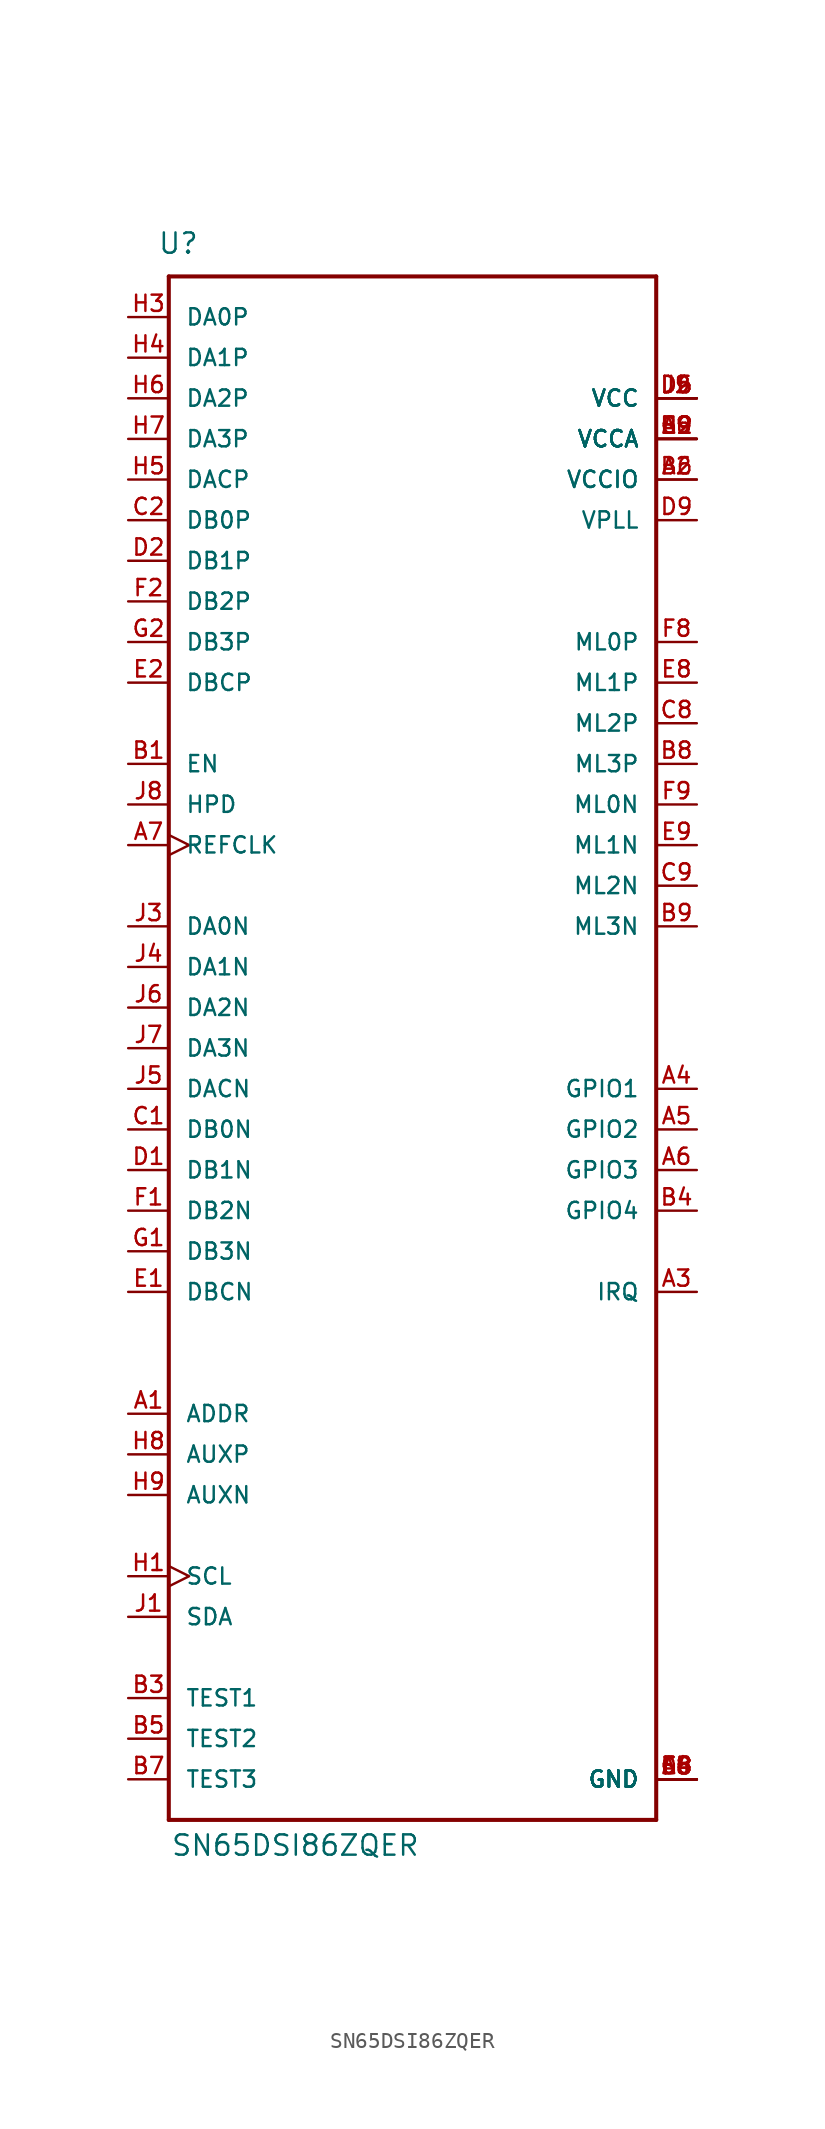
<source format=kicad_sym>
(kicad_symbol_lib
  (version 20201005)
  (generator kicad_symbol_editor)
  (symbol "kimchi_ulid:SN65DSI86ZQER"
    (pin_names
      (offset 1.016))
    (property "Reference" "U"
      (at -15.951 44.501 0)
      (effects (font (size 1.27 1.27)) (justify left bottom)))
    (property "Value" "SN65DSI86ZQER"
      (at -15.138 -55.677 0)
      (effects (font (size 1.27 1.27)) (justify left bottom)))
    (property "ki_locked" ""
      (at 0 0 0)
      (effects (font (size 1.27 1.27))))
    (symbol "SN65DSI86ZQER_0_0"
      (polyline (pts (xy -15.24 -53.34) (xy -15.24 43.18)) (stroke (width 0.254)) (fill (type none)))
      (polyline (pts (xy -15.24 43.18) (xy 15.24 43.18)) (stroke (width 0.254)) (fill (type none)))
      (polyline (pts (xy 15.24 -53.34) (xy -15.24 -53.34)) (stroke (width 0.254)) (fill (type none)))
      (polyline (pts (xy 15.24 43.18) (xy 15.24 -53.34)) (stroke (width 0.254)) (fill (type none)))
      (pin input line (at -17.78 -27.94 0) (length 2.54) (name "ADDR" (effects (font (size 1.016 1.016)))) (number "A1" (effects (font (size 1.016 1.016)))))
      (pin power_in line (at 17.78 30.48 180) (length 2.54) (name "VCCIO" (effects (font (size 1.016 1.016)))) (number "A2" (effects (font (size 1.016 1.016)))))
      (pin output line (at 17.78 -20.32 180) (length 2.54) (name "IRQ" (effects (font (size 1.016 1.016)))) (number "A3" (effects (font (size 1.016 1.016)))))
      (pin input line (at 17.78 -7.62 180) (length 2.54) (name "GPIO1" (effects (font (size 1.016 1.016)))) (number "A4" (effects (font (size 1.016 1.016)))))
      (pin input line (at 17.78 -10.16 180) (length 2.54) (name "GPIO2" (effects (font (size 1.016 1.016)))) (number "A5" (effects (font (size 1.016 1.016)))))
      (pin input line (at 17.78 -12.7 180) (length 2.54) (name "GPIO3" (effects (font (size 1.016 1.016)))) (number "A6" (effects (font (size 1.016 1.016)))))
      (pin input clock (at -17.78 7.62 0) (length 2.54) (name "REFCLK" (effects (font (size 1.016 1.016)))) (number "A7" (effects (font (size 1.016 1.016)))))
      (pin power_in line (at 17.78 -50.8 180) (length 2.54) (name "GND" (effects (font (size 1.016 1.016)))) (number "A8" (effects (font (size 1.016 1.016)))))
      (pin power_in line (at 17.78 33.02 180) (length 2.54) (name "VCCA" (effects (font (size 1.016 1.016)))) (number "A9" (effects (font (size 1.016 1.016)))))
      (pin input line (at -17.78 12.7 0) (length 2.54) (name "EN" (effects (font (size 1.016 1.016)))) (number "B1" (effects (font (size 1.016 1.016)))))
      (pin power_in line (at 17.78 33.02 180) (length 2.54) (name "VCCA" (effects (font (size 1.016 1.016)))) (number "B2" (effects (font (size 1.016 1.016)))))
      (pin input line (at -17.78 -45.72 0) (length 2.54) (name "TEST1" (effects (font (size 1.016 1.016)))) (number "B3" (effects (font (size 1.016 1.016)))))
      (pin input line (at 17.78 -15.24 180) (length 2.54) (name "GPIO4" (effects (font (size 1.016 1.016)))) (number "B4" (effects (font (size 1.016 1.016)))))
      (pin bidirectional line (at -17.78 -48.26 0) (length 2.54) (name "TEST2" (effects (font (size 1.016 1.016)))) (number "B5" (effects (font (size 1.016 1.016)))))
      (pin power_in line (at 17.78 30.48 180) (length 2.54) (name "VCCIO" (effects (font (size 1.016 1.016)))) (number "B6" (effects (font (size 1.016 1.016)))))
      (pin bidirectional line (at -17.78 -50.8 0) (length 2.54) (name "TEST3" (effects (font (size 1.016 1.016)))) (number "B7" (effects (font (size 1.016 1.016)))))
      (pin output line (at 17.78 12.7 180) (length 2.54) (name "ML3P" (effects (font (size 1.016 1.016)))) (number "B8" (effects (font (size 1.016 1.016)))))
      (pin output line (at 17.78 2.54 180) (length 2.54) (name "ML3N" (effects (font (size 1.016 1.016)))) (number "B9" (effects (font (size 1.016 1.016)))))
      (pin input line (at -17.78 -10.16 0) (length 2.54) (name "DB0N" (effects (font (size 1.016 1.016)))) (number "C1" (effects (font (size 1.016 1.016)))))
      (pin input line (at -17.78 27.94 0) (length 2.54) (name "DB0P" (effects (font (size 1.016 1.016)))) (number "C2" (effects (font (size 1.016 1.016)))))
      (pin output line (at 17.78 15.24 180) (length 2.54) (name "ML2P" (effects (font (size 1.016 1.016)))) (number "C8" (effects (font (size 1.016 1.016)))))
      (pin output line (at 17.78 5.08 180) (length 2.54) (name "ML2N" (effects (font (size 1.016 1.016)))) (number "C9" (effects (font (size 1.016 1.016)))))
      (pin input line (at -17.78 -12.7 0) (length 2.54) (name "DB1N" (effects (font (size 1.016 1.016)))) (number "D1" (effects (font (size 1.016 1.016)))))
      (pin input line (at -17.78 25.4 0) (length 2.54) (name "DB1P" (effects (font (size 1.016 1.016)))) (number "D2" (effects (font (size 1.016 1.016)))))
      (pin power_in line (at 17.78 35.56 180) (length 2.54) (name "VCC" (effects (font (size 1.016 1.016)))) (number "D5" (effects (font (size 1.016 1.016)))))
      (pin power_in line (at 17.78 35.56 180) (length 2.54) (name "VCC" (effects (font (size 1.016 1.016)))) (number "D6" (effects (font (size 1.016 1.016)))))
      (pin power_in line (at 17.78 -50.8 180) (length 2.54) (name "GND" (effects (font (size 1.016 1.016)))) (number "D8" (effects (font (size 1.016 1.016)))))
      (pin power_in line (at 17.78 27.94 180) (length 2.54) (name "VPLL" (effects (font (size 1.016 1.016)))) (number "D9" (effects (font (size 1.016 1.016)))))
      (pin input line (at -17.78 -20.32 0) (length 2.54) (name "DBCN" (effects (font (size 1.016 1.016)))) (number "E1" (effects (font (size 1.016 1.016)))))
      (pin input line (at -17.78 17.78 0) (length 2.54) (name "DBCP" (effects (font (size 1.016 1.016)))) (number "E2" (effects (font (size 1.016 1.016)))))
      (pin power_in line (at 17.78 -50.8 180) (length 2.54) (name "GND" (effects (font (size 1.016 1.016)))) (number "E4" (effects (font (size 1.016 1.016)))))
      (pin power_in line (at 17.78 -50.8 180) (length 2.54) (name "GND" (effects (font (size 1.016 1.016)))) (number "E5" (effects (font (size 1.016 1.016)))))
      (pin power_in line (at 17.78 33.02 180) (length 2.54) (name "VCCA" (effects (font (size 1.016 1.016)))) (number "E6" (effects (font (size 1.016 1.016)))))
      (pin output line (at 17.78 17.78 180) (length 2.54) (name "ML1P" (effects (font (size 1.016 1.016)))) (number "E8" (effects (font (size 1.016 1.016)))))
      (pin output line (at 17.78 7.62 180) (length 2.54) (name "ML1N" (effects (font (size 1.016 1.016)))) (number "E9" (effects (font (size 1.016 1.016)))))
      (pin input line (at -17.78 -15.24 0) (length 2.54) (name "DB2N" (effects (font (size 1.016 1.016)))) (number "F1" (effects (font (size 1.016 1.016)))))
      (pin input line (at -17.78 22.86 0) (length 2.54) (name "DB2P" (effects (font (size 1.016 1.016)))) (number "F2" (effects (font (size 1.016 1.016)))))
      (pin power_in line (at 17.78 -50.8 180) (length 2.54) (name "GND" (effects (font (size 1.016 1.016)))) (number "F4" (effects (font (size 1.016 1.016)))))
      (pin power_in line (at 17.78 -50.8 180) (length 2.54) (name "GND" (effects (font (size 1.016 1.016)))) (number "F5" (effects (font (size 1.016 1.016)))))
      (pin power_in line (at 17.78 -50.8 180) (length 2.54) (name "GND" (effects (font (size 1.016 1.016)))) (number "F6" (effects (font (size 1.016 1.016)))))
      (pin output line (at 17.78 20.32 180) (length 2.54) (name "ML0P" (effects (font (size 1.016 1.016)))) (number "F8" (effects (font (size 1.016 1.016)))))
      (pin output line (at 17.78 10.16 180) (length 2.54) (name "ML0N" (effects (font (size 1.016 1.016)))) (number "F9" (effects (font (size 1.016 1.016)))))
      (pin input line (at -17.78 -17.78 0) (length 2.54) (name "DB3N" (effects (font (size 1.016 1.016)))) (number "G1" (effects (font (size 1.016 1.016)))))
      (pin input line (at -17.78 20.32 0) (length 2.54) (name "DB3P" (effects (font (size 1.016 1.016)))) (number "G2" (effects (font (size 1.016 1.016)))))
      (pin power_in line (at 17.78 -50.8 180) (length 2.54) (name "GND" (effects (font (size 1.016 1.016)))) (number "G8" (effects (font (size 1.016 1.016)))))
      (pin power_in line (at 17.78 33.02 180) (length 2.54) (name "VCCA" (effects (font (size 1.016 1.016)))) (number "G9" (effects (font (size 1.016 1.016)))))
      (pin bidirectional clock (at -17.78 -38.1 0) (length 2.54) (name "SCL" (effects (font (size 1.016 1.016)))) (number "H1" (effects (font (size 1.016 1.016)))))
      (pin power_in line (at 17.78 33.02 180) (length 2.54) (name "VCCA" (effects (font (size 1.016 1.016)))) (number "H2" (effects (font (size 1.016 1.016)))))
      (pin input line (at -17.78 40.64 0) (length 2.54) (name "DA0P" (effects (font (size 1.016 1.016)))) (number "H3" (effects (font (size 1.016 1.016)))))
      (pin input line (at -17.78 38.1 0) (length 2.54) (name "DA1P" (effects (font (size 1.016 1.016)))) (number "H4" (effects (font (size 1.016 1.016)))))
      (pin input line (at -17.78 30.48 0) (length 2.54) (name "DACP" (effects (font (size 1.016 1.016)))) (number "H5" (effects (font (size 1.016 1.016)))))
      (pin input line (at -17.78 35.56 0) (length 2.54) (name "DA2P" (effects (font (size 1.016 1.016)))) (number "H6" (effects (font (size 1.016 1.016)))))
      (pin input line (at -17.78 33.02 0) (length 2.54) (name "DA3P" (effects (font (size 1.016 1.016)))) (number "H7" (effects (font (size 1.016 1.016)))))
      (pin bidirectional line (at -17.78 -30.48 0) (length 2.54) (name "AUXP" (effects (font (size 1.016 1.016)))) (number "H8" (effects (font (size 1.016 1.016)))))
      (pin bidirectional line (at -17.78 -33.02 0) (length 2.54) (name "AUXN" (effects (font (size 1.016 1.016)))) (number "H9" (effects (font (size 1.016 1.016)))))
      (pin bidirectional line (at -17.78 -40.64 0) (length 2.54) (name "SDA" (effects (font (size 1.016 1.016)))) (number "J1" (effects (font (size 1.016 1.016)))))
      (pin power_in line (at 17.78 35.56 180) (length 2.54) (name "VCC" (effects (font (size 1.016 1.016)))) (number "J2" (effects (font (size 1.016 1.016)))))
      (pin bidirectional line (at -17.78 2.54 0) (length 2.54) (name "DA0N" (effects (font (size 1.016 1.016)))) (number "J3" (effects (font (size 1.016 1.016)))))
      (pin input line (at -17.78 0 0) (length 2.54) (name "DA1N" (effects (font (size 1.016 1.016)))) (number "J4" (effects (font (size 1.016 1.016)))))
      (pin input line (at -17.78 -7.62 0) (length 2.54) (name "DACN" (effects (font (size 1.016 1.016)))) (number "J5" (effects (font (size 1.016 1.016)))))
      (pin input line (at -17.78 -2.54 0) (length 2.54) (name "DA2N" (effects (font (size 1.016 1.016)))) (number "J6" (effects (font (size 1.016 1.016)))))
      (pin input line (at -17.78 -5.08 0) (length 2.54) (name "DA3N" (effects (font (size 1.016 1.016)))) (number "J7" (effects (font (size 1.016 1.016)))))
      (pin input line (at -17.78 10.16 0) (length 2.54) (name "HPD" (effects (font (size 1.016 1.016)))) (number "J8" (effects (font (size 1.016 1.016)))))
      (pin power_in line (at 17.78 35.56 180) (length 2.54) (name "VCC" (effects (font (size 1.016 1.016)))) (number "J9" (effects (font (size 1.016 1.016))))))))
</source>
